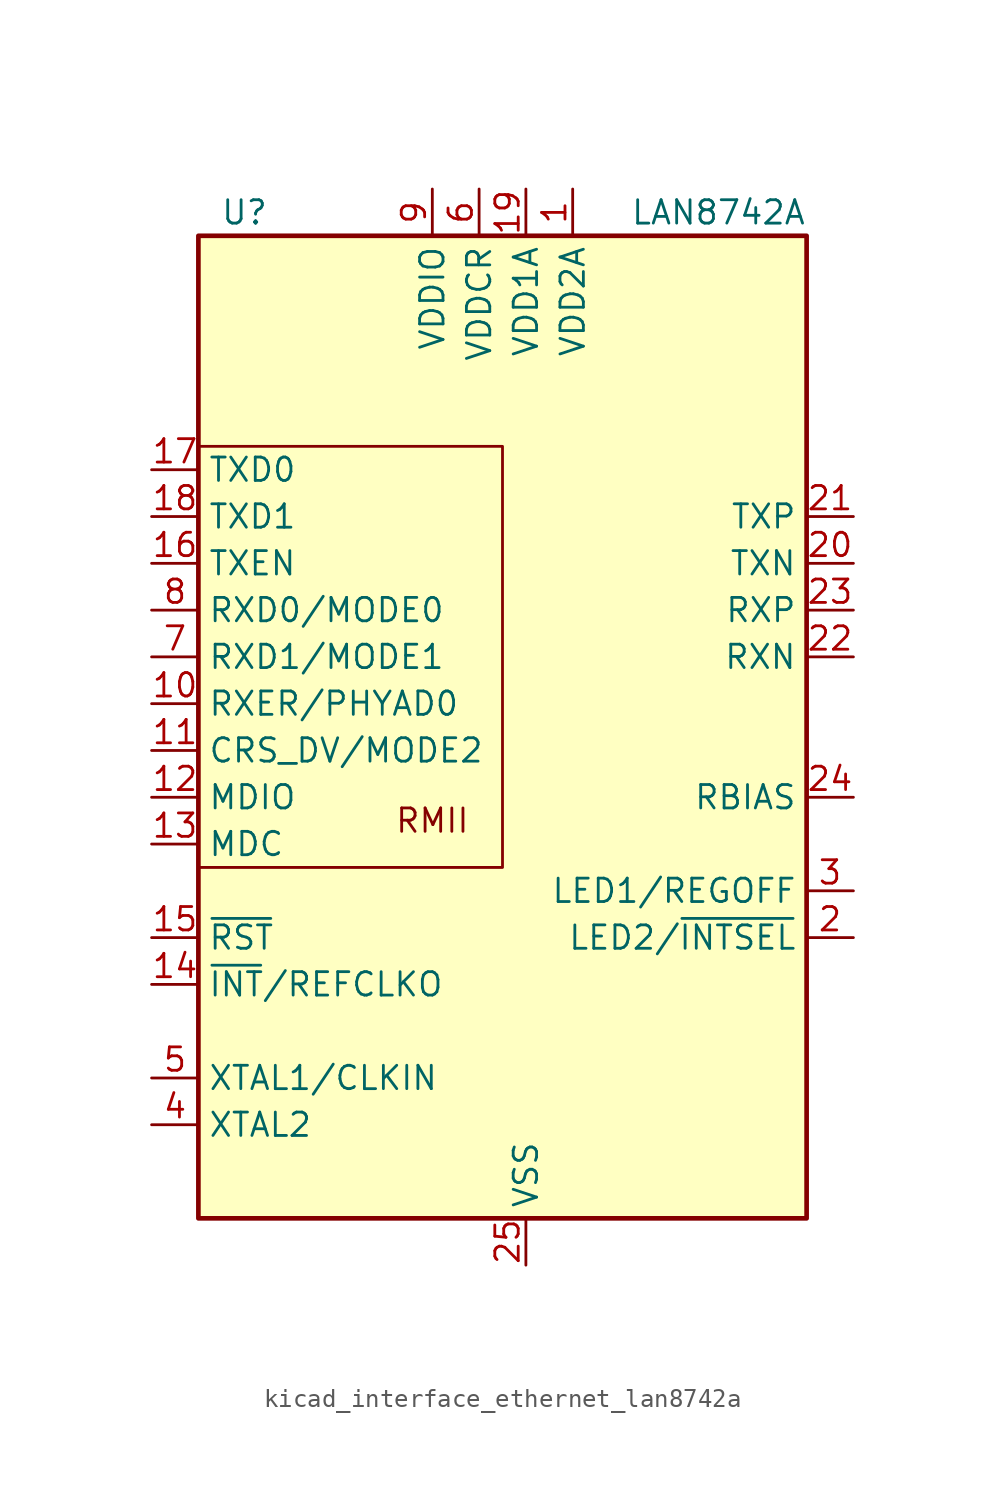
<source format=kicad_sym>
(kicad_symbol_lib
  (version 20220914)
  (generator kicad_symbol_editor)
  (symbol "kicad_interface_ethernet_lan8742a"
    (property "Reference" "U"
      (at -13.97 29.21 0)
      (effects (font (size 1.27 1.27)) (justify right)))
    (property "Value" "LAN8742A"
      (at 15.24 29.21 0)
      (effects (font (size 1.27 1.27)) (justify right)))
    (symbol "kicad_interface_ethernet_lan8742a_0_0"
      (text "RMII" (at -5.08 -3.81 0) (effects (font (size 1.27 1.27)))))
    (symbol "kicad_interface_ethernet_lan8742a_0_1"
      (rectangle (start -17.78 27.94) (end 15.24 -25.4) (stroke (width 0.254) (type default)) (fill (type background)))
      (polyline (pts (xy -17.78 -6.35) (xy -1.27 -6.35) (xy -1.27 16.51) (xy -17.78 16.51)) (stroke (width 0) (type default)) (fill (type none))))
    (symbol "kicad_interface_ethernet_lan8742a_1_1"
      (pin power_in line (at 2.54 30.48 270) (length 2.54) (name "VDD2A" (effects (font (size 1.27 1.27)))) (number "1" (effects (font (size 1.27 1.27)))))
      (pin output line (at -20.32 2.54 0) (length 2.54) (name "RXER/PHYAD0" (effects (font (size 1.27 1.27)))) (number "10" (effects (font (size 1.27 1.27)))))
      (pin bidirectional line (at -20.32 0 0) (length 2.54) (name "CRS_DV/MODE2" (effects (font (size 1.27 1.27)))) (number "11" (effects (font (size 1.27 1.27)))))
      (pin bidirectional line (at -20.32 -2.54 0) (length 2.54) (name "MDIO" (effects (font (size 1.27 1.27)))) (number "12" (effects (font (size 1.27 1.27)))))
      (pin input line (at -20.32 -5.08 0) (length 2.54) (name "MDC" (effects (font (size 1.27 1.27)))) (number "13" (effects (font (size 1.27 1.27)))))
      (pin output line (at -20.32 -12.7 0) (length 2.54) (name "~{INT}/REFCLKO" (effects (font (size 1.27 1.27)))) (number "14" (effects (font (size 1.27 1.27)))))
      (pin input line (at -20.32 -10.16 0) (length 2.54) (name "~{RST}" (effects (font (size 1.27 1.27)))) (number "15" (effects (font (size 1.27 1.27)))))
      (pin input line (at -20.32 10.16 0) (length 2.54) (name "TXEN" (effects (font (size 1.27 1.27)))) (number "16" (effects (font (size 1.27 1.27)))))
      (pin input line (at -20.32 15.24 0) (length 2.54) (name "TXD0" (effects (font (size 1.27 1.27)))) (number "17" (effects (font (size 1.27 1.27)))))
      (pin input line (at -20.32 12.7 0) (length 2.54) (name "TXD1" (effects (font (size 1.27 1.27)))) (number "18" (effects (font (size 1.27 1.27)))))
      (pin power_in line (at 0 30.48 270) (length 2.54) (name "VDD1A" (effects (font (size 1.27 1.27)))) (number "19" (effects (font (size 1.27 1.27)))))
      (pin bidirectional line (at 17.78 -10.16 180) (length 2.54) (name "LED2/~{INTSEL}" (effects (font (size 1.27 1.27)))) (number "2" (effects (font (size 1.27 1.27)))) (alternate "~{INT}/~{INTSEL}" output line) (alternate "~{PME}/~{INTSEL}" output line))
      (pin passive line (at 17.78 10.16 180) (length 2.54) (name "TXN" (effects (font (size 1.27 1.27)))) (number "20" (effects (font (size 1.27 1.27)))))
      (pin passive line (at 17.78 12.7 180) (length 2.54) (name "TXP" (effects (font (size 1.27 1.27)))) (number "21" (effects (font (size 1.27 1.27)))))
      (pin passive line (at 17.78 5.08 180) (length 2.54) (name "RXN" (effects (font (size 1.27 1.27)))) (number "22" (effects (font (size 1.27 1.27)))))
      (pin passive line (at 17.78 7.62 180) (length 2.54) (name "RXP" (effects (font (size 1.27 1.27)))) (number "23" (effects (font (size 1.27 1.27)))))
      (pin passive line (at 17.78 -2.54 180) (length 2.54) (name "RBIAS" (effects (font (size 1.27 1.27)))) (number "24" (effects (font (size 1.27 1.27)))))
      (pin power_in line (at 0 -27.94 90) (length 2.54) (name "VSS" (effects (font (size 1.27 1.27)))) (number "25" (effects (font (size 1.27 1.27)))))
      (pin bidirectional line (at 17.78 -7.62 180) (length 2.54) (name "LED1/REGOFF" (effects (font (size 1.27 1.27)))) (number "3" (effects (font (size 1.27 1.27)))) (alternate "~{INT}/REGOFF" bidirectional line) (alternate "~{PME}/REGOFF" bidirectional line))
      (pin output line (at -20.32 -20.32 0) (length 2.54) (name "XTAL2" (effects (font (size 1.27 1.27)))) (number "4" (effects (font (size 1.27 1.27)))))
      (pin input line (at -20.32 -17.78 0) (length 2.54) (name "XTAL1/CLKIN" (effects (font (size 1.27 1.27)))) (number "5" (effects (font (size 1.27 1.27)))))
      (pin power_in line (at -2.54 30.48 270) (length 2.54) (name "VDDCR" (effects (font (size 1.27 1.27)))) (number "6" (effects (font (size 1.27 1.27)))))
      (pin bidirectional line (at -20.32 5.08 0) (length 2.54) (name "RXD1/MODE1" (effects (font (size 1.27 1.27)))) (number "7" (effects (font (size 1.27 1.27)))))
      (pin bidirectional line (at -20.32 7.62 0) (length 2.54) (name "RXD0/MODE0" (effects (font (size 1.27 1.27)))) (number "8" (effects (font (size 1.27 1.27)))))
      (pin power_in line (at -5.08 30.48 270) (length 2.54) (name "VDDIO" (effects (font (size 1.27 1.27)))) (number "9" (effects (font (size 1.27 1.27))))))))
</source>
